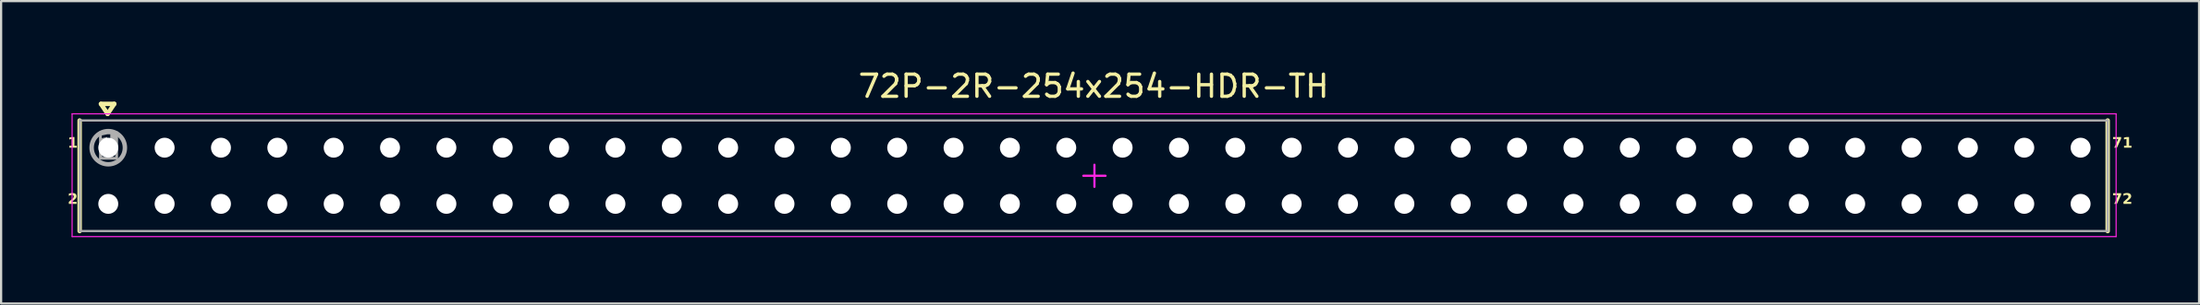
<source format=kicad_pcb>
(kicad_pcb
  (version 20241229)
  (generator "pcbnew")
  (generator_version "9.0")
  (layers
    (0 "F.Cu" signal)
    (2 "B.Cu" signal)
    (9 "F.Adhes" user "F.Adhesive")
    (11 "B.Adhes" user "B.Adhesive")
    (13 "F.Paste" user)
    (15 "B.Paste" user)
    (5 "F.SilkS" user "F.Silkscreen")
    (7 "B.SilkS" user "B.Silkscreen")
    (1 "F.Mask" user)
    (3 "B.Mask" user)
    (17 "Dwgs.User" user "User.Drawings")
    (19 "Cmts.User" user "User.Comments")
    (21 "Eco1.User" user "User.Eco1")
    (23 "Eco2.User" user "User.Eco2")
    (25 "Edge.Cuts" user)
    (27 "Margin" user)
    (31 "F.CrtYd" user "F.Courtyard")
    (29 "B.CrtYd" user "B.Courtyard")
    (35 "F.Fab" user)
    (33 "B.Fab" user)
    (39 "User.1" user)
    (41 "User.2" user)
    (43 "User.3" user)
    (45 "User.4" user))
  (footprint "72P-2R-254x254-HDR-TH"
    (layer "F.Cu")
    (at 46.28 4.898)
    (property "Reference" "72P-2R-254x254-HDR-TH" (at -0.035 -4.05 0) (layer "F.SilkS") (effects (font (size 1 1) (thickness 0.15))))
    (fp_line (start -45.74 2.5) (end -45.74 -2.5) (stroke (width 0.2) (type solid)) (layer "F.SilkS"))
    (fp_line (start -44.78 -3.25) (end -44.48 -2.8) (stroke (width 0.2) (type solid)) (layer "F.SilkS"))
    (fp_line (start -44.78 -3.25) (end -44.18 -3.25) (stroke (width 0.2) (type solid)) (layer "F.SilkS"))
    (fp_line (start -44.48 -2.8) (end -44.18 -3.25) (stroke (width 0.2) (type solid)) (layer "F.SilkS"))
    (fp_line (start 45.67 2.5) (end 45.67 -2.5) (stroke (width 0.2) (type solid)) (layer "F.SilkS"))
    (fp_line (start -46.08 -2.8) (end 46.05 -2.8) (stroke (width 0.05) (type solid)) (layer "F.CrtYd"))
    (fp_line (start -46.08 2.75) (end -46.08 -2.8) (stroke (width 0.05) (type solid)) (layer "F.CrtYd"))
    (fp_line (start -46.08 2.75) (end 46.05 2.75) (stroke (width 0.05) (type solid)) (layer "F.CrtYd"))
    (fp_line (start -0.5 0) (end 0.5 0) (stroke (width 0.1) (type solid)) (layer "F.CrtYd"))
    (fp_line (start 0 0.5) (end 0 -0.5) (stroke (width 0.1) (type solid)) (layer "F.CrtYd"))
    (fp_line (start 46.05 2.75) (end 46.05 -2.8) (stroke (width 0.05) (type solid)) (layer "F.CrtYd"))
    (fp_line (start -45.73 -2.5) (end 45.67 -2.5) (stroke (width 0.1) (type solid)) (layer "F.Fab"))
    (fp_line (start -45.73 2.5) (end -45.73 -2.5) (stroke (width 0.1) (type solid)) (layer "F.Fab"))
    (fp_line (start -45.73 2.5) (end 45.67 2.5) (stroke (width 0.1) (type solid)) (layer "F.Fab"))
    (fp_line (start 45.67 2.5) (end 45.67 -2.5) (stroke (width 0.1) (type solid)) (layer "F.Fab"))
    (fp_circle (center -44.45 -1.27) (end -44.45 -2.02) (stroke (width 0.2) (type solid)) (fill no) (layer "F.Fab"))
    (fp_text user "71" (at 45.87 -1.19 0) (unlocked yes) (layer "F.SilkS") (effects (font (face "Arial Black") (size 0.472 0.472) (thickness 0.1)) (justify left bottom)))
    (fp_text user "2" (at -46.28 1.35 0) (unlocked yes) (layer "F.SilkS") (effects (font (face "Arial Black") (size 0.472 0.472) (thickness 0.1)) (justify left bottom)))
    (fp_text user "1" (at -46.28 -1.19 0) (unlocked yes) (layer "F.SilkS") (effects (font (face "Arial Black") (size 0.472 0.472) (thickness 0.1)) (justify left bottom)))
    (fp_text user "72" (at 45.87 1.35 0) (unlocked yes) (layer "F.SilkS") (effects (font (face "Arial Black") (size 0.472 0.472) (thickness 0.1)) (justify left bottom)))
    (fp_text user "1" (at -44.45 -1.27 0) (unlocked yes) (layer "F.Fab" knockout) (effects (font (face "Arial") (size 1 1) (thickness 0.254))))
    (pad "" np_thru_hole circle (at -44.45 -1.27 180) (size 0.9 0.9) (drill 0.9) (layers "*.Cu" "*.Mask"))
    (pad "" np_thru_hole circle (at -44.45 1.27 270) (size 0.9 0.9) (drill 0.9) (layers "*.Cu" "*.Mask"))
    (pad "" np_thru_hole circle (at -41.91 -1.27 180) (size 0.9 0.9) (drill 0.9) (layers "*.Cu" "*.Mask"))
    (pad "" np_thru_hole circle (at -41.91 1.27 270) (size 0.9 0.9) (drill 0.9) (layers "*.Cu" "*.Mask"))
    (pad "" np_thru_hole circle (at -39.37 -1.27 180) (size 0.9 0.9) (drill 0.9) (layers "*.Cu" "*.Mask"))
    (pad "" np_thru_hole circle (at -39.37 1.27 270) (size 0.9 0.9) (drill 0.9) (layers "*.Cu" "*.Mask"))
    (pad "" np_thru_hole circle (at -36.83 -1.27 180) (size 0.9 0.9) (drill 0.9) (layers "*.Cu" "*.Mask"))
    (pad "" np_thru_hole circle (at -36.83 1.27 270) (size 0.9 0.9) (drill 0.9) (layers "*.Cu" "*.Mask"))
    (pad "" np_thru_hole circle (at -34.29 -1.27 180) (size 0.9 0.9) (drill 0.9) (layers "*.Cu" "*.Mask"))
    (pad "" np_thru_hole circle (at -34.29 1.27 270) (size 0.9 0.9) (drill 0.9) (layers "*.Cu" "*.Mask"))
    (pad "" np_thru_hole circle (at -31.75 -1.27 180) (size 0.9 0.9) (drill 0.9) (layers "*.Cu" "*.Mask"))
    (pad "" np_thru_hole circle (at -31.75 1.27 270) (size 0.9 0.9) (drill 0.9) (layers "*.Cu" "*.Mask"))
    (pad "" np_thru_hole circle (at -29.21 -1.27 180) (size 0.9 0.9) (drill 0.9) (layers "*.Cu" "*.Mask"))
    (pad "" np_thru_hole circle (at -29.21 1.27 270) (size 0.9 0.9) (drill 0.9) (layers "*.Cu" "*.Mask"))
    (pad "" np_thru_hole circle (at -26.67 -1.27 180) (size 0.9 0.9) (drill 0.9) (layers "*.Cu" "*.Mask"))
    (pad "" np_thru_hole circle (at -26.67 1.27 270) (size 0.9 0.9) (drill 0.9) (layers "*.Cu" "*.Mask"))
    (pad "" np_thru_hole circle (at -24.13 -1.27 180) (size 0.9 0.9) (drill 0.9) (layers "*.Cu" "*.Mask"))
    (pad "" np_thru_hole circle (at -24.13 1.27 270) (size 0.9 0.9) (drill 0.9) (layers "*.Cu" "*.Mask"))
    (pad "" np_thru_hole circle (at -21.59 -1.27 180) (size 0.9 0.9) (drill 0.9) (layers "*.Cu" "*.Mask"))
    (pad "" np_thru_hole circle (at -21.59 1.27 270) (size 0.9 0.9) (drill 0.9) (layers "*.Cu" "*.Mask"))
    (pad "" np_thru_hole circle (at -19.05 -1.27 180) (size 0.9 0.9) (drill 0.9) (layers "*.Cu" "*.Mask"))
    (pad "" np_thru_hole circle (at -19.05 1.27 270) (size 0.9 0.9) (drill 0.9) (layers "*.Cu" "*.Mask"))
    (pad "" np_thru_hole circle (at -16.51 -1.27 180) (size 0.9 0.9) (drill 0.9) (layers "*.Cu" "*.Mask"))
    (pad "" np_thru_hole circle (at -16.51 1.27 270) (size 0.9 0.9) (drill 0.9) (layers "*.Cu" "*.Mask"))
    (pad "" np_thru_hole circle (at -13.97 -1.27 180) (size 0.9 0.9) (drill 0.9) (layers "*.Cu" "*.Mask"))
    (pad "" np_thru_hole circle (at -13.97 1.27 270) (size 0.9 0.9) (drill 0.9) (layers "*.Cu" "*.Mask"))
    (pad "" np_thru_hole circle (at -11.43 -1.27 180) (size 0.9 0.9) (drill 0.9) (layers "*.Cu" "*.Mask"))
    (pad "" np_thru_hole circle (at -11.43 1.27 270) (size 0.9 0.9) (drill 0.9) (layers "*.Cu" "*.Mask"))
    (pad "" np_thru_hole circle (at -8.89 -1.27 180) (size 0.9 0.9) (drill 0.9) (layers "*.Cu" "*.Mask"))
    (pad "" np_thru_hole circle (at -8.89 1.27 270) (size 0.9 0.9) (drill 0.9) (layers "*.Cu" "*.Mask"))
    (pad "" np_thru_hole circle (at -6.35 -1.27 180) (size 0.9 0.9) (drill 0.9) (layers "*.Cu" "*.Mask"))
    (pad "" np_thru_hole circle (at -6.35 1.27 270) (size 0.9 0.9) (drill 0.9) (layers "*.Cu" "*.Mask"))
    (pad "" np_thru_hole circle (at -3.81 -1.27 180) (size 0.9 0.9) (drill 0.9) (layers "*.Cu" "*.Mask"))
    (pad "" np_thru_hole circle (at -3.81 1.27 270) (size 0.9 0.9) (drill 0.9) (layers "*.Cu" "*.Mask"))
    (pad "" np_thru_hole circle (at -1.27 -1.27 180) (size 0.9 0.9) (drill 0.9) (layers "*.Cu" "*.Mask"))
    (pad "" np_thru_hole circle (at -1.27 1.27 270) (size 0.9 0.9) (drill 0.9) (layers "*.Cu" "*.Mask"))
    (pad "" np_thru_hole circle (at 1.27 -1.27 180) (size 0.9 0.9) (drill 0.9) (layers "*.Cu" "*.Mask"))
    (pad "" np_thru_hole circle (at 1.27 1.27 270) (size 0.9 0.9) (drill 0.9) (layers "*.Cu" "*.Mask"))
    (pad "" np_thru_hole circle (at 3.81 -1.27 180) (size 0.9 0.9) (drill 0.9) (layers "*.Cu" "*.Mask"))
    (pad "" np_thru_hole circle (at 3.81 1.27 270) (size 0.9 0.9) (drill 0.9) (layers "*.Cu" "*.Mask"))
    (pad "" np_thru_hole circle (at 6.35 -1.27 180) (size 0.9 0.9) (drill 0.9) (layers "*.Cu" "*.Mask"))
    (pad "" np_thru_hole circle (at 6.35 1.27 270) (size 0.9 0.9) (drill 0.9) (layers "*.Cu" "*.Mask"))
    (pad "" np_thru_hole circle (at 8.89 -1.27 180) (size 0.9 0.9) (drill 0.9) (layers "*.Cu" "*.Mask"))
    (pad "" np_thru_hole circle (at 8.89 1.27 270) (size 0.9 0.9) (drill 0.9) (layers "*.Cu" "*.Mask"))
    (pad "" np_thru_hole circle (at 11.43 -1.27 180) (size 0.9 0.9) (drill 0.9) (layers "*.Cu" "*.Mask"))
    (pad "" np_thru_hole circle (at 11.43 1.27 270) (size 0.9 0.9) (drill 0.9) (layers "*.Cu" "*.Mask"))
    (pad "" np_thru_hole circle (at 13.97 -1.27 180) (size 0.9 0.9) (drill 0.9) (layers "*.Cu" "*.Mask"))
    (pad "" np_thru_hole circle (at 13.97 1.27 270) (size 0.9 0.9) (drill 0.9) (layers "*.Cu" "*.Mask"))
    (pad "" np_thru_hole circle (at 16.51 -1.27 180) (size 0.9 0.9) (drill 0.9) (layers "*.Cu" "*.Mask"))
    (pad "" np_thru_hole circle (at 16.51 1.27 270) (size 0.9 0.9) (drill 0.9) (layers "*.Cu" "*.Mask"))
    (pad "" np_thru_hole circle (at 19.05 -1.27 180) (size 0.9 0.9) (drill 0.9) (layers "*.Cu" "*.Mask"))
    (pad "" np_thru_hole circle (at 19.05 1.27 270) (size 0.9 0.9) (drill 0.9) (layers "*.Cu" "*.Mask"))
    (pad "" np_thru_hole circle (at 21.59 -1.27 180) (size 0.9 0.9) (drill 0.9) (layers "*.Cu" "*.Mask"))
    (pad "" np_thru_hole circle (at 21.59 1.27 270) (size 0.9 0.9) (drill 0.9) (layers "*.Cu" "*.Mask"))
    (pad "" np_thru_hole circle (at 24.13 -1.27 180) (size 0.9 0.9) (drill 0.9) (layers "*.Cu" "*.Mask"))
    (pad "" np_thru_hole circle (at 24.13 1.27 270) (size 0.9 0.9) (drill 0.9) (layers "*.Cu" "*.Mask"))
    (pad "" np_thru_hole circle (at 26.67 -1.27 180) (size 0.9 0.9) (drill 0.9) (layers "*.Cu" "*.Mask"))
    (pad "" np_thru_hole circle (at 26.67 1.27 270) (size 0.9 0.9) (drill 0.9) (layers "*.Cu" "*.Mask"))
    (pad "" np_thru_hole circle (at 29.21 -1.27 180) (size 0.9 0.9) (drill 0.9) (layers "*.Cu" "*.Mask"))
    (pad "" np_thru_hole circle (at 29.21 1.27 270) (size 0.9 0.9) (drill 0.9) (layers "*.Cu" "*.Mask"))
    (pad "" np_thru_hole circle (at 31.75 -1.27 180) (size 0.9 0.9) (drill 0.9) (layers "*.Cu" "*.Mask"))
    (pad "" np_thru_hole circle (at 31.75 1.27 270) (size 0.9 0.9) (drill 0.9) (layers "*.Cu" "*.Mask"))
    (pad "" np_thru_hole circle (at 34.29 -1.27 180) (size 0.9 0.9) (drill 0.9) (layers "*.Cu" "*.Mask"))
    (pad "" np_thru_hole circle (at 34.29 1.27 270) (size 0.9 0.9) (drill 0.9) (layers "*.Cu" "*.Mask"))
    (pad "" np_thru_hole circle (at 36.83 -1.27 180) (size 0.9 0.9) (drill 0.9) (layers "*.Cu" "*.Mask"))
    (pad "" np_thru_hole circle (at 36.83 1.27 270) (size 0.9 0.9) (drill 0.9) (layers "*.Cu" "*.Mask"))
    (pad "" np_thru_hole circle (at 39.37 -1.27 180) (size 0.9 0.9) (drill 0.9) (layers "*.Cu" "*.Mask"))
    (pad "" np_thru_hole circle (at 39.37 1.27 270) (size 0.9 0.9) (drill 0.9) (layers "*.Cu" "*.Mask"))
    (pad "" np_thru_hole circle (at 41.91 -1.27 180) (size 0.9 0.9) (drill 0.9) (layers "*.Cu" "*.Mask"))
    (pad "" np_thru_hole circle (at 41.91 1.27 270) (size 0.9 0.9) (drill 0.9) (layers "*.Cu" "*.Mask"))
    (pad "" np_thru_hole circle (at 44.45 -1.27 180) (size 0.9 0.9) (drill 0.9) (layers "*.Cu" "*.Mask"))
    (pad "" np_thru_hole circle (at 44.45 1.27 270) (size 0.9 0.9) (drill 0.9) (layers "*.Cu" "*.Mask")))
  (gr_rect
    (start -3 -3)
    (end 96.07 10.673)
    (stroke (width 0.1) (type default))
    (fill no)
    (layer "Edge.Cuts")))
</source>
